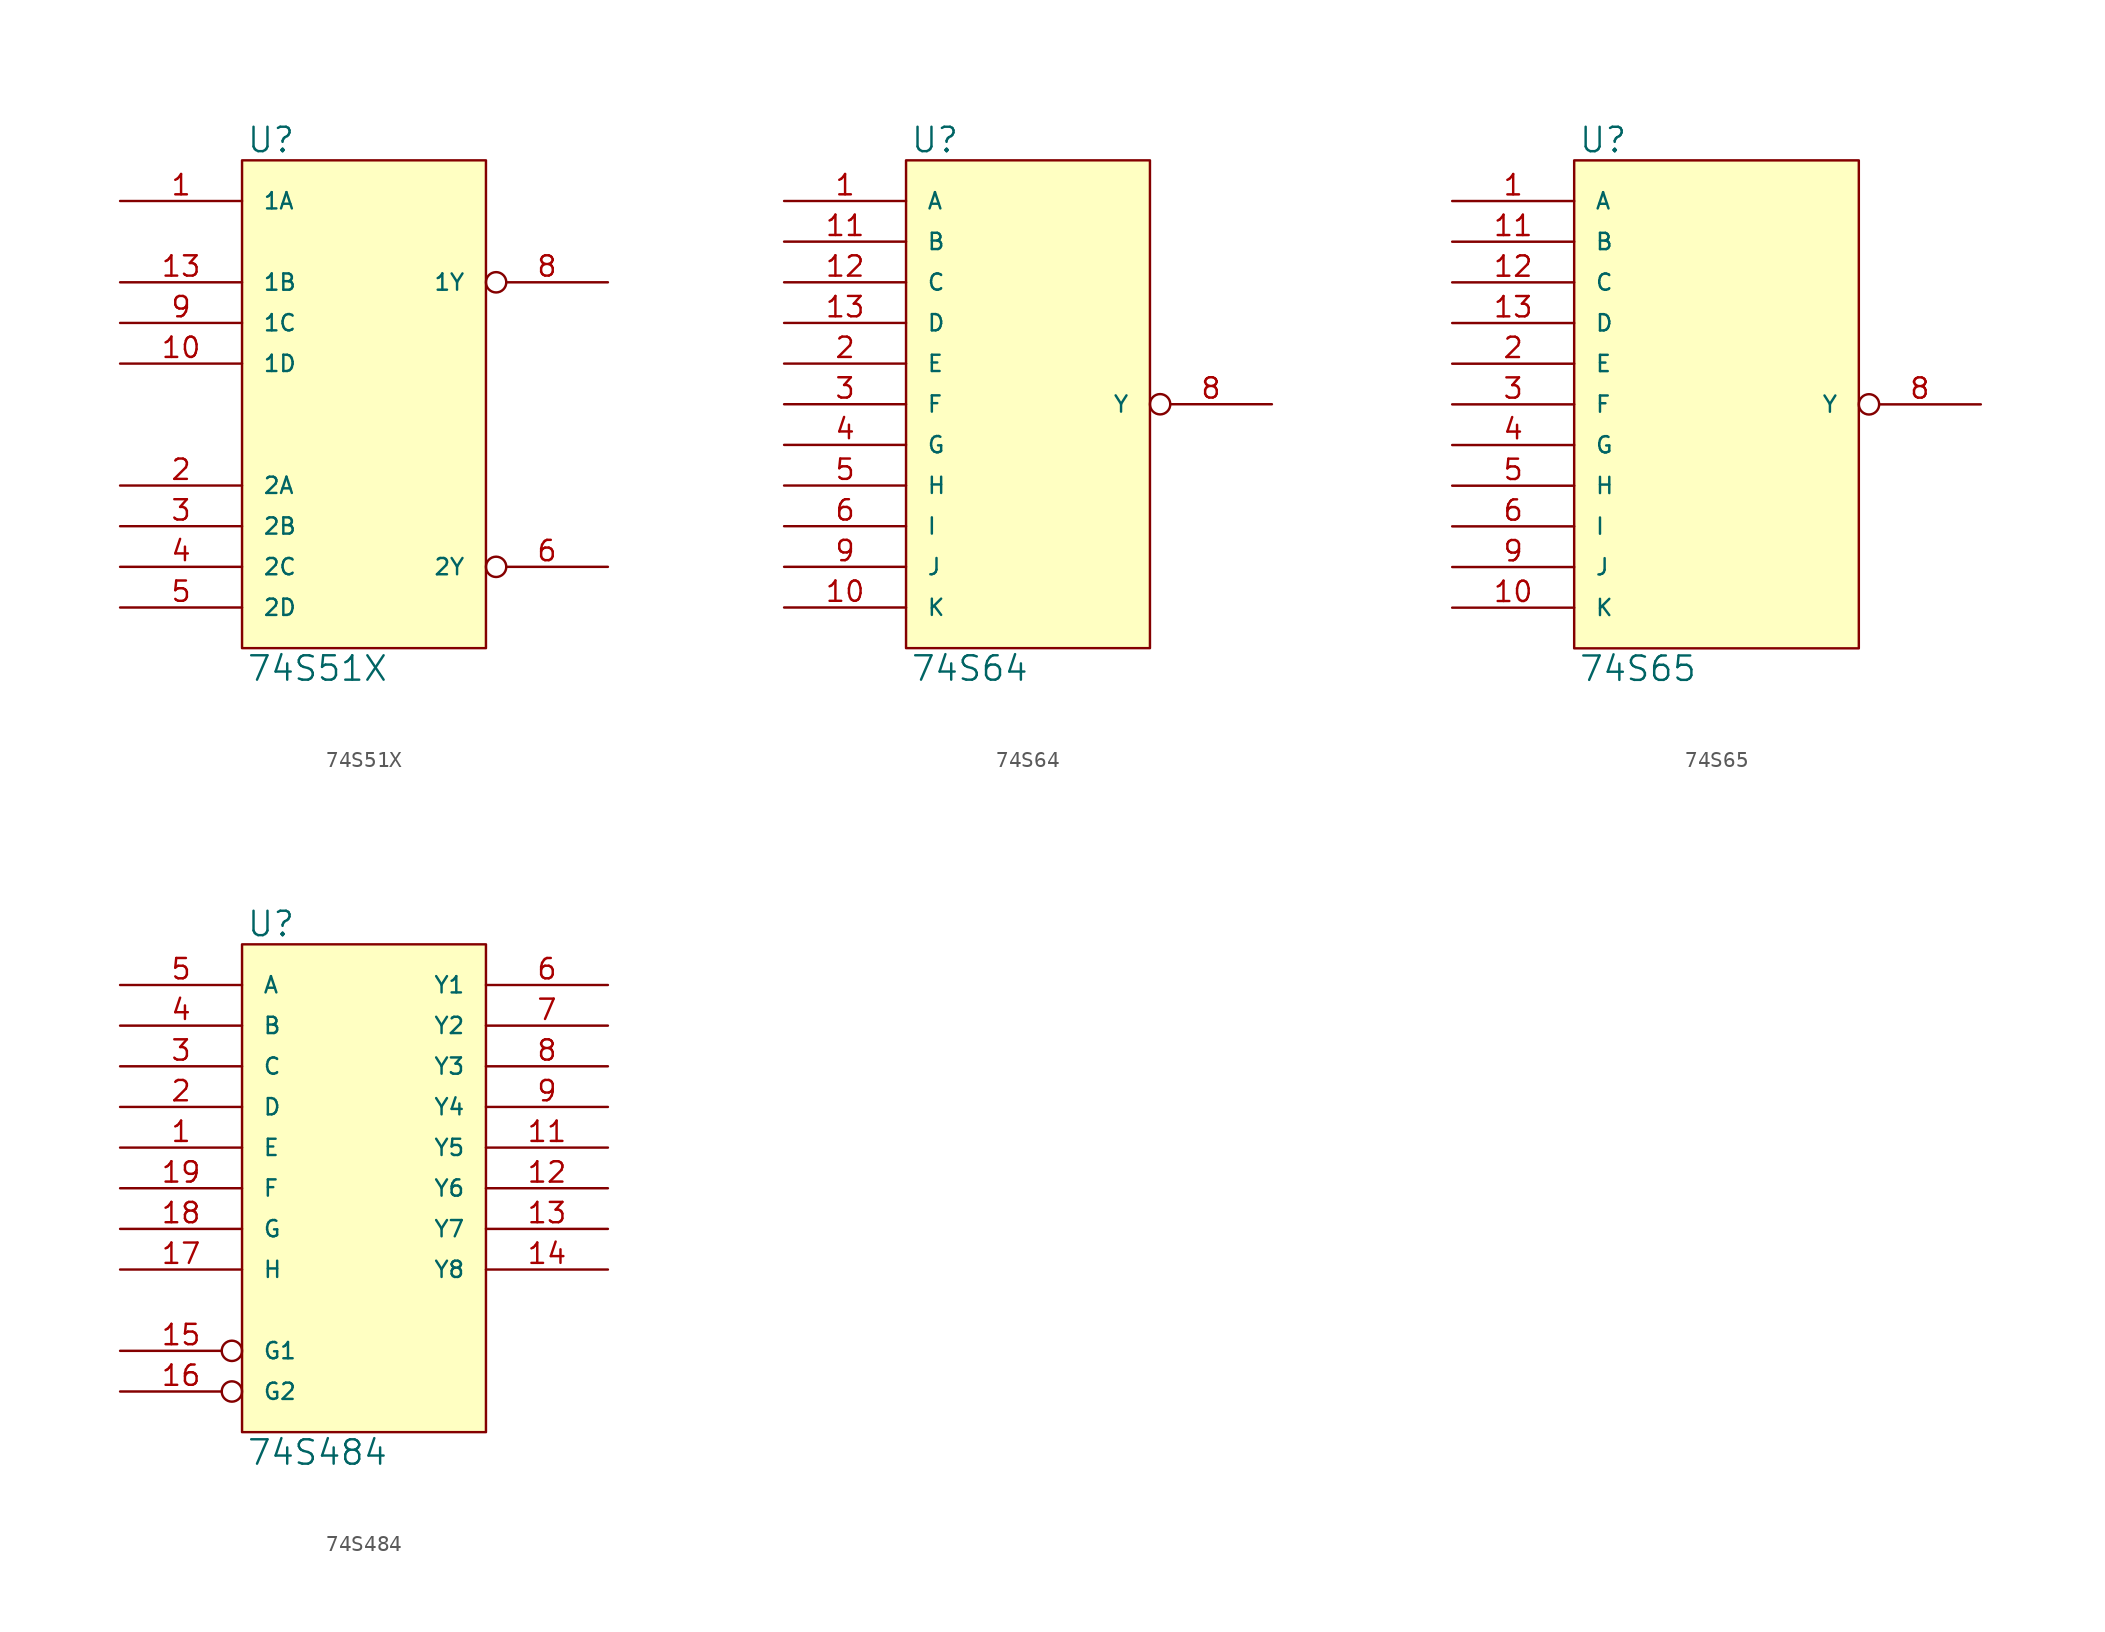
<source format=kicad_sym>
(kicad_symbol_lib
  (version 20231120)
  (generator "kicad_symbol_editor")
  (generator_version "8.0")
  (symbol "74S51X"
    (pin_names
      (offset 1.27))
    (property "Reference" "U"
      (at 0.254 0.381 0)
      (effects (font (size 1.524 1.524)) (justify left bottom)))
    (property "Value" "74S51X"
      (at 0.254 -30.861 0)
      (effects (font (size 1.524 1.524)) (justify left top)))
    (symbol "74S51X_0_1"
      (rectangle (start 0 0) (end 15.24 -30.48) (stroke (width 0) (type solid)) (fill (type background))))
    (symbol "74S51X_1_1"
      (pin input line (at -7.62 -2.54 0) (length 7.62) (name "1A" (effects (font (size 1.016 1.016)))) (number "1" (effects (font (size 1.27 1.27)))))
      (pin input line (at -7.62 -12.7 0) (length 7.62) (name "1D" (effects (font (size 1.016 1.016)))) (number "10" (effects (font (size 1.27 1.27)))))
      (pin input line (at -7.62 -7.62 0) (length 7.62) (name "1B" (effects (font (size 1.016 1.016)))) (number "13" (effects (font (size 1.27 1.27)))))
      (pin power_in line (at 0 0 270) (length 0) hide (name "VCC" (effects (font (size 1.016 1.016)))) (number "14" (effects (font (size 1.27 1.27)))))
      (pin input line (at -7.62 -20.32 0) (length 7.62) (name "2A" (effects (font (size 1.016 1.016)))) (number "2" (effects (font (size 1.27 1.27)))))
      (pin input line (at -7.62 -22.86 0) (length 7.62) (name "2B" (effects (font (size 1.016 1.016)))) (number "3" (effects (font (size 1.27 1.27)))))
      (pin input line (at -7.62 -25.4 0) (length 7.62) (name "2C" (effects (font (size 1.016 1.016)))) (number "4" (effects (font (size 1.27 1.27)))))
      (pin input line (at -7.62 -27.94 0) (length 7.62) (name "2D" (effects (font (size 1.016 1.016)))) (number "5" (effects (font (size 1.27 1.27)))))
      (pin output inverted (at 22.86 -25.4 180) (length 7.62) (name "2Y" (effects (font (size 1.016 1.016)))) (number "6" (effects (font (size 1.27 1.27)))))
      (pin power_in line (at 0 -30.48 90) (length 0) hide (name "GND" (effects (font (size 1.016 1.016)))) (number "7" (effects (font (size 1.27 1.27)))))
      (pin output inverted (at 22.86 -7.62 180) (length 7.62) (name "1Y" (effects (font (size 1.016 1.016)))) (number "8" (effects (font (size 1.27 1.27)))))
      (pin input line (at -7.62 -10.16 0) (length 7.62) (name "1C" (effects (font (size 1.016 1.016)))) (number "9" (effects (font (size 1.27 1.27)))))))
  (symbol "74S64"
    (pin_names
      (offset 1.27))
    (property "Reference" "U"
      (at 0.254 0.381 0)
      (effects (font (size 1.524 1.524)) (justify left bottom)))
    (property "Value" "74S64"
      (at 0.254 -30.861 0)
      (effects (font (size 1.524 1.524)) (justify left top)))
    (symbol "74S64_0_1"
      (rectangle (start 0 0) (end 15.24 -30.48) (stroke (width 0) (type solid)) (fill (type background))))
    (symbol "74S64_1_1"
      (pin input line (at -7.62 -2.54 0) (length 7.62) (name "A" (effects (font (size 1.016 1.016)))) (number "1" (effects (font (size 1.27 1.27)))))
      (pin input line (at -7.62 -27.94 0) (length 7.62) (name "K" (effects (font (size 1.016 1.016)))) (number "10" (effects (font (size 1.27 1.27)))))
      (pin input line (at -7.62 -5.08 0) (length 7.62) (name "B" (effects (font (size 1.016 1.016)))) (number "11" (effects (font (size 1.27 1.27)))))
      (pin input line (at -7.62 -7.62 0) (length 7.62) (name "C" (effects (font (size 1.016 1.016)))) (number "12" (effects (font (size 1.27 1.27)))))
      (pin input line (at -7.62 -10.16 0) (length 7.62) (name "D" (effects (font (size 1.016 1.016)))) (number "13" (effects (font (size 1.27 1.27)))))
      (pin power_in line (at 0 0 270) (length 0) hide (name "VCC" (effects (font (size 1.016 1.016)))) (number "14" (effects (font (size 1.27 1.27)))))
      (pin input line (at -7.62 -12.7 0) (length 7.62) (name "E" (effects (font (size 1.016 1.016)))) (number "2" (effects (font (size 1.27 1.27)))))
      (pin input line (at -7.62 -15.24 0) (length 7.62) (name "F" (effects (font (size 1.016 1.016)))) (number "3" (effects (font (size 1.27 1.27)))))
      (pin input line (at -7.62 -17.78 0) (length 7.62) (name "G" (effects (font (size 1.016 1.016)))) (number "4" (effects (font (size 1.27 1.27)))))
      (pin input line (at -7.62 -20.32 0) (length 7.62) (name "H" (effects (font (size 1.016 1.016)))) (number "5" (effects (font (size 1.27 1.27)))))
      (pin input line (at -7.62 -22.86 0) (length 7.62) (name "I" (effects (font (size 1.016 1.016)))) (number "6" (effects (font (size 1.27 1.27)))))
      (pin power_in line (at 0 -30.48 90) (length 0) hide (name "GND" (effects (font (size 1.016 1.016)))) (number "7" (effects (font (size 1.27 1.27)))))
      (pin output inverted (at 22.86 -15.24 180) (length 7.62) (name "Y" (effects (font (size 1.016 1.016)))) (number "8" (effects (font (size 1.27 1.27)))))
      (pin input line (at -7.62 -25.4 0) (length 7.62) (name "J" (effects (font (size 1.016 1.016)))) (number "9" (effects (font (size 1.27 1.27)))))))
  (symbol "74S65"
    (pin_names
      (offset 1.27))
    (property "Reference" "U"
      (at 0.254 0.381 0)
      (effects (font (size 1.524 1.524)) (justify left bottom)))
    (property "Value" "74S65"
      (at 0.254 -30.861 0)
      (effects (font (size 1.524 1.524)) (justify left top)))
    (symbol "74S65_0_1"
      (rectangle (start 0 0) (end 17.78 -30.48) (stroke (width 0) (type solid)) (fill (type background))))
    (symbol "74S65_1_1"
      (pin input line (at -7.62 -2.54 0) (length 7.62) (name "A" (effects (font (size 1.016 1.016)))) (number "1" (effects (font (size 1.27 1.27)))))
      (pin input line (at -7.62 -27.94 0) (length 7.62) (name "K" (effects (font (size 1.016 1.016)))) (number "10" (effects (font (size 1.27 1.27)))))
      (pin input line (at -7.62 -5.08 0) (length 7.62) (name "B" (effects (font (size 1.016 1.016)))) (number "11" (effects (font (size 1.27 1.27)))))
      (pin input line (at -7.62 -7.62 0) (length 7.62) (name "C" (effects (font (size 1.016 1.016)))) (number "12" (effects (font (size 1.27 1.27)))))
      (pin input line (at -7.62 -10.16 0) (length 7.62) (name "D" (effects (font (size 1.016 1.016)))) (number "13" (effects (font (size 1.27 1.27)))))
      (pin power_in line (at 0 0 270) (length 0) hide (name "VCC" (effects (font (size 1.016 1.016)))) (number "14" (effects (font (size 1.27 1.27)))))
      (pin input line (at -7.62 -12.7 0) (length 7.62) (name "E" (effects (font (size 1.016 1.016)))) (number "2" (effects (font (size 1.27 1.27)))))
      (pin input line (at -7.62 -15.24 0) (length 7.62) (name "F" (effects (font (size 1.016 1.016)))) (number "3" (effects (font (size 1.27 1.27)))))
      (pin input line (at -7.62 -17.78 0) (length 7.62) (name "G" (effects (font (size 1.016 1.016)))) (number "4" (effects (font (size 1.27 1.27)))))
      (pin input line (at -7.62 -20.32 0) (length 7.62) (name "H" (effects (font (size 1.016 1.016)))) (number "5" (effects (font (size 1.27 1.27)))))
      (pin input line (at -7.62 -22.86 0) (length 7.62) (name "I" (effects (font (size 1.016 1.016)))) (number "6" (effects (font (size 1.27 1.27)))))
      (pin power_in line (at 0 -30.48 90) (length 0) hide (name "GND" (effects (font (size 1.016 1.016)))) (number "7" (effects (font (size 1.27 1.27)))))
      (pin open_collector inverted (at 25.4 -15.24 180) (length 7.62) (name "Y" (effects (font (size 1.016 1.016)))) (number "8" (effects (font (size 1.27 1.27)))))
      (pin input line (at -7.62 -25.4 0) (length 7.62) (name "J" (effects (font (size 1.016 1.016)))) (number "9" (effects (font (size 1.27 1.27)))))))
  (symbol "74S484"
    (pin_names
      (offset 1.27))
    (property "Reference" "U"
      (at 0.254 0.381 0)
      (effects (font (size 1.524 1.524)) (justify left bottom)))
    (property "Value" "74S484"
      (at 0.254 -30.861 0)
      (effects (font (size 1.524 1.524)) (justify left top)))
    (symbol "74S484_0_1"
      (rectangle (start 0 0) (end 15.24 -30.48) (stroke (width 0) (type solid)) (fill (type background))))
    (symbol "74S484_1_1"
      (pin input line (at -7.62 -12.7 0) (length 7.62) (name "E" (effects (font (size 1.016 1.016)))) (number "1" (effects (font (size 1.27 1.27)))))
      (pin power_in line (at 0 -30.48 90) (length 0) hide (name "GND" (effects (font (size 1.016 1.016)))) (number "10" (effects (font (size 1.27 1.27)))))
      (pin tri_state line (at 22.86 -12.7 180) (length 7.62) (name "Y5" (effects (font (size 1.016 1.016)))) (number "11" (effects (font (size 1.27 1.27)))))
      (pin tri_state line (at 22.86 -15.24 180) (length 7.62) (name "Y6" (effects (font (size 1.016 1.016)))) (number "12" (effects (font (size 1.27 1.27)))))
      (pin tri_state line (at 22.86 -17.78 180) (length 7.62) (name "Y7" (effects (font (size 1.016 1.016)))) (number "13" (effects (font (size 1.27 1.27)))))
      (pin tri_state line (at 22.86 -20.32 180) (length 7.62) (name "Y8" (effects (font (size 1.016 1.016)))) (number "14" (effects (font (size 1.27 1.27)))))
      (pin input inverted (at -7.62 -25.4 0) (length 7.62) (name "G1" (effects (font (size 1.016 1.016)))) (number "15" (effects (font (size 1.27 1.27)))))
      (pin input inverted (at -7.62 -27.94 0) (length 7.62) (name "G2" (effects (font (size 1.016 1.016)))) (number "16" (effects (font (size 1.27 1.27)))))
      (pin input line (at -7.62 -20.32 0) (length 7.62) (name "H" (effects (font (size 1.016 1.016)))) (number "17" (effects (font (size 1.27 1.27)))))
      (pin input line (at -7.62 -17.78 0) (length 7.62) (name "G" (effects (font (size 1.016 1.016)))) (number "18" (effects (font (size 1.27 1.27)))))
      (pin input line (at -7.62 -15.24 0) (length 7.62) (name "F" (effects (font (size 1.016 1.016)))) (number "19" (effects (font (size 1.27 1.27)))))
      (pin input line (at -7.62 -10.16 0) (length 7.62) (name "D" (effects (font (size 1.016 1.016)))) (number "2" (effects (font (size 1.27 1.27)))))
      (pin power_in line (at 0 0 270) (length 0) hide (name "VCC" (effects (font (size 1.016 1.016)))) (number "20" (effects (font (size 1.27 1.27)))))
      (pin input line (at -7.62 -7.62 0) (length 7.62) (name "C" (effects (font (size 1.016 1.016)))) (number "3" (effects (font (size 1.27 1.27)))))
      (pin input line (at -7.62 -5.08 0) (length 7.62) (name "B" (effects (font (size 1.016 1.016)))) (number "4" (effects (font (size 1.27 1.27)))))
      (pin input line (at -7.62 -2.54 0) (length 7.62) (name "A" (effects (font (size 1.016 1.016)))) (number "5" (effects (font (size 1.27 1.27)))))
      (pin tri_state line (at 22.86 -2.54 180) (length 7.62) (name "Y1" (effects (font (size 1.016 1.016)))) (number "6" (effects (font (size 1.27 1.27)))))
      (pin tri_state line (at 22.86 -5.08 180) (length 7.62) (name "Y2" (effects (font (size 1.016 1.016)))) (number "7" (effects (font (size 1.27 1.27)))))
      (pin tri_state line (at 22.86 -7.62 180) (length 7.62) (name "Y3" (effects (font (size 1.016 1.016)))) (number "8" (effects (font (size 1.27 1.27)))))
      (pin tri_state line (at 22.86 -10.16 180) (length 7.62) (name "Y4" (effects (font (size 1.016 1.016)))) (number "9" (effects (font (size 1.27 1.27))))))))
</source>
